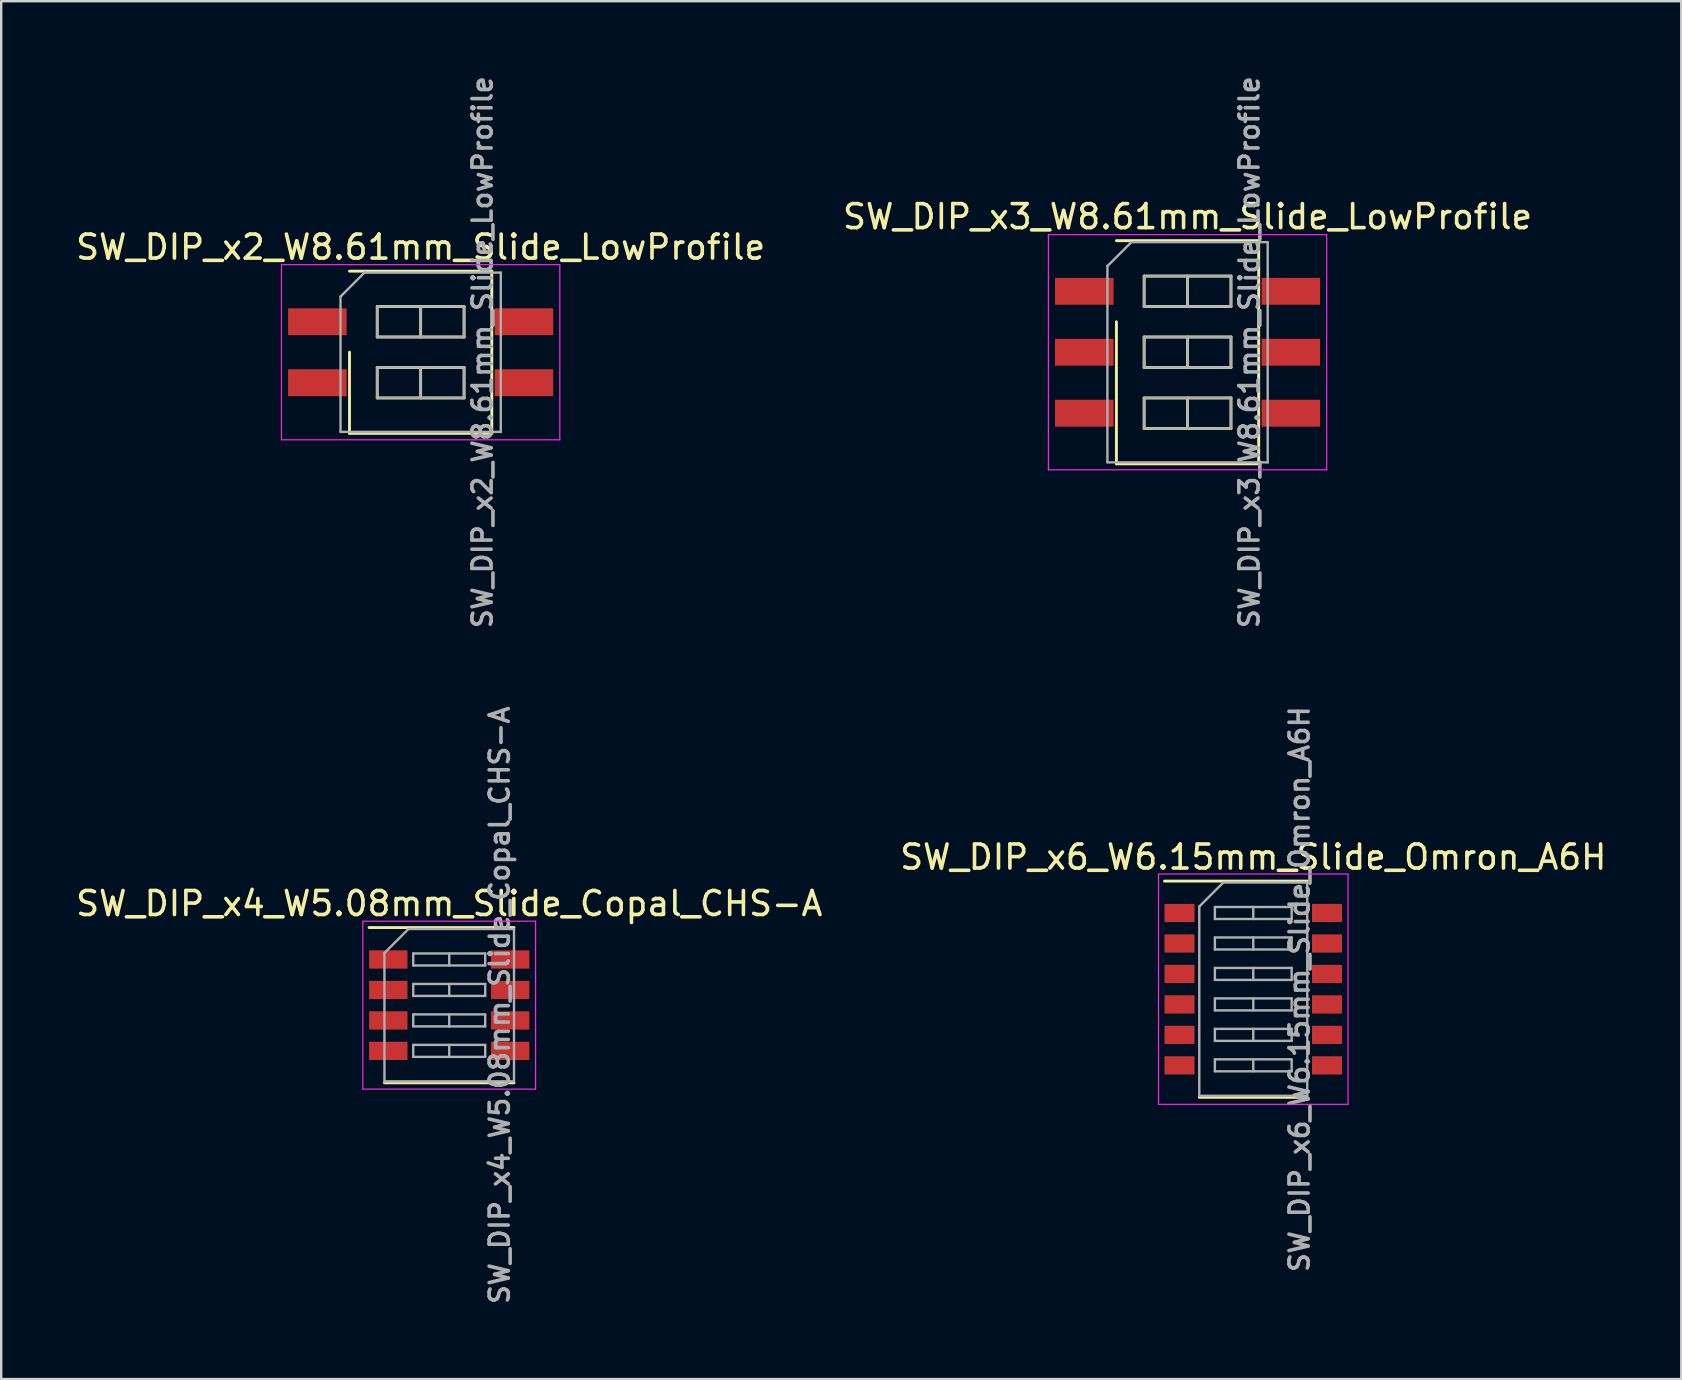
<source format=kicad_pcb>
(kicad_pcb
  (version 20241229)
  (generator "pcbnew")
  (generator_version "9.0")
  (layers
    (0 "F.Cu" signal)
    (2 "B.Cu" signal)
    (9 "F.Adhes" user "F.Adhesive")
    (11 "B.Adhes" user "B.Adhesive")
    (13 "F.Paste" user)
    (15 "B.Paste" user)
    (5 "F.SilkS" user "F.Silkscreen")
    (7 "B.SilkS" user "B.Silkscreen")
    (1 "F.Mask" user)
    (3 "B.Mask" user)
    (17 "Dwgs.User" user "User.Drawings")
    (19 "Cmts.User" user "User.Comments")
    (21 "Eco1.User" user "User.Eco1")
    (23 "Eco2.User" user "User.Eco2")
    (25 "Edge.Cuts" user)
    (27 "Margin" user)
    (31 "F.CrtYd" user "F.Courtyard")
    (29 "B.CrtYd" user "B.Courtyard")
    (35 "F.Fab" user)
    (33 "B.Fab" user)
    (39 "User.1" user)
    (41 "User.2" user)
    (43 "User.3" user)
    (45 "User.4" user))
  (footprint "SW_DIP_x2_W8.61mm_Slide_LowProfile"
    (layer "F.Cu")
    (at 14.482 11.631)
    (property "Reference" "SW_DIP_x2_W8.61mm_Slide_LowProfile" (at 0 -4.38 0) (layer "F.SilkS") (effects (font (size 1 1) (thickness 0.15))))
    (attr smd)
    (fp_line (start -2.965 -3.38) (end 2.965 -3.38) (stroke (width 0.12) (type solid)) (layer "F.SilkS"))
    (fp_line (start -2.965 3.38) (end -2.965 0) (stroke (width 0.12) (type solid)) (layer "F.SilkS"))
    (fp_line (start -1.81 -1.905) (end -1.81 -0.635) (stroke (width 0.12) (type solid)) (layer "F.SilkS"))
    (fp_line (start -1.81 -0.635) (end 1.81 -0.635) (stroke (width 0.12) (type solid)) (layer "F.SilkS"))
    (fp_line (start -1.81 0.635) (end -1.81 1.905) (stroke (width 0.12) (type solid)) (layer "F.SilkS"))
    (fp_line (start -1.81 1.905) (end 1.81 1.905) (stroke (width 0.12) (type solid)) (layer "F.SilkS"))
    (fp_line (start 0 -1.905) (end 0 -0.635) (stroke (width 0.12) (type solid)) (layer "F.SilkS"))
    (fp_line (start 0 0.635) (end 0 1.905) (stroke (width 0.12) (type solid)) (layer "F.SilkS"))
    (fp_line (start 1.81 -1.905) (end -1.81 -1.905) (stroke (width 0.12) (type solid)) (layer "F.SilkS"))
    (fp_line (start 1.81 -0.635) (end 1.81 -1.905) (stroke (width 0.12) (type solid)) (layer "F.SilkS"))
    (fp_line (start 1.81 0.635) (end -1.81 0.635) (stroke (width 0.12) (type solid)) (layer "F.SilkS"))
    (fp_line (start 1.81 1.905) (end 1.81 0.635) (stroke (width 0.12) (type solid)) (layer "F.SilkS"))
    (fp_line (start 2.965 -3.38) (end 2.965 3.38) (stroke (width 0.12) (type solid)) (layer "F.SilkS"))
    (fp_line (start 2.965 3.38) (end -2.965 3.38) (stroke (width 0.12) (type solid)) (layer "F.SilkS"))
    (fp_line (start -5.8 -3.65) (end -5.8 3.65) (stroke (width 0.05) (type solid)) (layer "F.CrtYd"))
    (fp_line (start -5.8 3.65) (end 5.8 3.65) (stroke (width 0.05) (type solid)) (layer "F.CrtYd"))
    (fp_line (start 5.8 -3.65) (end -5.8 -3.65) (stroke (width 0.05) (type solid)) (layer "F.CrtYd"))
    (fp_line (start 5.8 3.65) (end 5.8 -3.65) (stroke (width 0.05) (type solid)) (layer "F.CrtYd"))
    (fp_line (start -3.34 -2.32) (end -2.34 -3.32) (stroke (width 0.1) (type solid)) (layer "F.Fab"))
    (fp_line (start -3.34 3.32) (end -3.34 -2.32) (stroke (width 0.1) (type solid)) (layer "F.Fab"))
    (fp_line (start -2.34 -3.32) (end 3.34 -3.32) (stroke (width 0.1) (type solid)) (layer "F.Fab"))
    (fp_line (start -1.81 -1.905) (end -1.81 -0.635) (stroke (width 0.1) (type solid)) (layer "F.Fab"))
    (fp_line (start -1.81 -0.635) (end 1.81 -0.635) (stroke (width 0.1) (type solid)) (layer "F.Fab"))
    (fp_line (start -1.81 0.635) (end -1.81 1.905) (stroke (width 0.1) (type solid)) (layer "F.Fab"))
    (fp_line (start -1.81 1.905) (end 1.81 1.905) (stroke (width 0.1) (type solid)) (layer "F.Fab"))
    (fp_line (start 0 -1.905) (end 0 -0.635) (stroke (width 0.1) (type solid)) (layer "F.Fab"))
    (fp_line (start 0 0.635) (end 0 1.905) (stroke (width 0.1) (type solid)) (layer "F.Fab"))
    (fp_line (start 1.81 -1.905) (end -1.81 -1.905) (stroke (width 0.1) (type solid)) (layer "F.Fab"))
    (fp_line (start 1.81 -0.635) (end 1.81 -1.905) (stroke (width 0.1) (type solid)) (layer "F.Fab"))
    (fp_line (start 1.81 0.635) (end -1.81 0.635) (stroke (width 0.1) (type solid)) (layer "F.Fab"))
    (fp_line (start 1.81 1.905) (end 1.81 0.635) (stroke (width 0.1) (type solid)) (layer "F.Fab"))
    (fp_line (start 3.34 -3.32) (end 3.34 3.32) (stroke (width 0.1) (type solid)) (layer "F.Fab"))
    (fp_line (start 3.34 3.32) (end -3.34 3.32) (stroke (width 0.1) (type solid)) (layer "F.Fab"))
    (fp_text user "${REFERENCE}" (at 2.575 0 90) (layer "F.Fab") (effects (font (size 0.8 0.8) (thickness 0.15))))
    (pad "1" smd rect (at -4.305 -1.27) (size 2.44 1.12) (layers "F.Cu" "F.Mask" "F.Paste"))
    (pad "2" smd rect (at -4.305 1.27) (size 2.44 1.12) (layers "F.Cu" "F.Mask" "F.Paste"))
    (pad "3" smd rect (at 4.305 1.27) (size 2.44 1.12) (layers "F.Cu" "F.Mask" "F.Paste"))
    (pad "4" smd rect (at 4.305 -1.27) (size 2.44 1.12) (layers "F.Cu" "F.Mask" "F.Paste")))
  (footprint "SW_DIP_x4_W5.08mm_Slide_Copal_CHS-A"
    (layer "F.Cu")
    (at 15.673 38.845)
    (property "Reference" "SW_DIP_x4_W5.08mm_Slide_Copal_CHS-A" (at 0 -4.235 0) (layer "F.SilkS") (effects (font (size 1 1) (thickness 0.15))))
    (attr smd)
    (fp_line (start -3.34 -3.235) (end 2.7 -3.235) (stroke (width 0.12) (type solid)) (layer "F.SilkS"))
    (fp_line (start -2.7 3.235) (end 2.7 3.235) (stroke (width 0.12) (type solid)) (layer "F.SilkS"))
    (fp_line (start -3.6 -3.5) (end -3.6 3.5) (stroke (width 0.05) (type solid)) (layer "F.CrtYd"))
    (fp_line (start -3.6 3.5) (end 3.6 3.5) (stroke (width 0.05) (type solid)) (layer "F.CrtYd"))
    (fp_line (start 3.6 -3.5) (end -3.6 -3.5) (stroke (width 0.05) (type solid)) (layer "F.CrtYd"))
    (fp_line (start 3.6 3.5) (end 3.6 -3.5) (stroke (width 0.05) (type solid)) (layer "F.CrtYd"))
    (fp_line (start -2.7 -2.175) (end -1.7 -3.175) (stroke (width 0.1) (type solid)) (layer "F.Fab"))
    (fp_line (start -2.7 3.175) (end -2.7 -2.175) (stroke (width 0.1) (type solid)) (layer "F.Fab"))
    (fp_line (start -1.7 -3.175) (end 2.7 -3.175) (stroke (width 0.1) (type solid)) (layer "F.Fab"))
    (fp_line (start -1.5 -2.155) (end -1.5 -1.655) (stroke (width 0.1) (type solid)) (layer "F.Fab"))
    (fp_line (start -1.5 -1.655) (end 1.5 -1.655) (stroke (width 0.1) (type solid)) (layer "F.Fab"))
    (fp_line (start -1.5 -0.885) (end -1.5 -0.385) (stroke (width 0.1) (type solid)) (layer "F.Fab"))
    (fp_line (start -1.5 -0.385) (end 1.5 -0.385) (stroke (width 0.1) (type solid)) (layer "F.Fab"))
    (fp_line (start -1.5 0.385) (end -1.5 0.885) (stroke (width 0.1) (type solid)) (layer "F.Fab"))
    (fp_line (start -1.5 0.885) (end 1.5 0.885) (stroke (width 0.1) (type solid)) (layer "F.Fab"))
    (fp_line (start -1.5 1.655) (end -1.5 2.155) (stroke (width 0.1) (type solid)) (layer "F.Fab"))
    (fp_line (start -1.5 2.155) (end 1.5 2.155) (stroke (width 0.1) (type solid)) (layer "F.Fab"))
    (fp_line (start 0 -2.155) (end 0 -1.655) (stroke (width 0.1) (type solid)) (layer "F.Fab"))
    (fp_line (start 0 -0.885) (end 0 -0.385) (stroke (width 0.1) (type solid)) (layer "F.Fab"))
    (fp_line (start 0 0.385) (end 0 0.885) (stroke (width 0.1) (type solid)) (layer "F.Fab"))
    (fp_line (start 0 1.655) (end 0 2.155) (stroke (width 0.1) (type solid)) (layer "F.Fab"))
    (fp_line (start 1.5 -2.155) (end -1.5 -2.155) (stroke (width 0.1) (type solid)) (layer "F.Fab"))
    (fp_line (start 1.5 -1.655) (end 1.5 -2.155) (stroke (width 0.1) (type solid)) (layer "F.Fab"))
    (fp_line (start 1.5 -0.885) (end -1.5 -0.885) (stroke (width 0.1) (type solid)) (layer "F.Fab"))
    (fp_line (start 1.5 -0.385) (end 1.5 -0.885) (stroke (width 0.1) (type solid)) (layer "F.Fab"))
    (fp_line (start 1.5 0.385) (end -1.5 0.385) (stroke (width 0.1) (type solid)) (layer "F.Fab"))
    (fp_line (start 1.5 0.885) (end 1.5 0.385) (stroke (width 0.1) (type solid)) (layer "F.Fab"))
    (fp_line (start 1.5 1.655) (end -1.5 1.655) (stroke (width 0.1) (type solid)) (layer "F.Fab"))
    (fp_line (start 1.5 2.155) (end 1.5 1.655) (stroke (width 0.1) (type solid)) (layer "F.Fab"))
    (fp_line (start 2.7 -3.175) (end 2.7 3.175) (stroke (width 0.1) (type solid)) (layer "F.Fab"))
    (fp_line (start 2.7 3.175) (end -2.7 3.175) (stroke (width 0.1) (type solid)) (layer "F.Fab"))
    (fp_text user "${REFERENCE}" (at 2.1 0 90) (layer "F.Fab") (effects (font (size 0.8 0.8) (thickness 0.15))))
    (pad "1" smd rect (at -2.54 -1.905) (size 1.6 0.76) (layers "F.Cu" "F.Mask" "F.Paste"))
    (pad "2" smd rect (at -2.54 -0.635) (size 1.6 0.76) (layers "F.Cu" "F.Mask" "F.Paste"))
    (pad "3" smd rect (at -2.54 0.635) (size 1.6 0.76) (layers "F.Cu" "F.Mask" "F.Paste"))
    (pad "4" smd rect (at -2.54 1.905) (size 1.6 0.76) (layers "F.Cu" "F.Mask" "F.Paste"))
    (pad "5" smd rect (at 2.54 1.905) (size 1.6 0.76) (layers "F.Cu" "F.Mask" "F.Paste"))
    (pad "6" smd rect (at 2.54 0.635) (size 1.6 0.76) (layers "F.Cu" "F.Mask" "F.Paste"))
    (pad "7" smd rect (at 2.54 -0.635) (size 1.6 0.76) (layers "F.Cu" "F.Mask" "F.Paste"))
    (pad "8" smd rect (at 2.54 -1.905) (size 1.6 0.76) (layers "F.Cu" "F.Mask" "F.Paste")))
  (footprint "SW_DIP_x6_W6.15mm_Slide_Omron_A6H"
    (layer "F.Cu")
    (at 49.185 38.178)
    (property "Reference" "SW_DIP_x6_W6.15mm_Slide_Omron_A6H" (at 0 -5.505 0) (layer "F.SilkS") (effects (font (size 1 1) (thickness 0.15))))
    (attr smd)
    (fp_line (start -3.7 -4.505) (end 2.25 -4.505) (stroke (width 0.12) (type solid)) (layer "F.SilkS"))
    (fp_line (start -2.25 4.505) (end 2.25 4.505) (stroke (width 0.12) (type solid)) (layer "F.SilkS"))
    (fp_line (start -3.95 -4.8) (end -3.95 4.8) (stroke (width 0.05) (type solid)) (layer "F.CrtYd"))
    (fp_line (start -3.95 4.8) (end 3.95 4.8) (stroke (width 0.05) (type solid)) (layer "F.CrtYd"))
    (fp_line (start 3.95 -4.8) (end -3.95 -4.8) (stroke (width 0.05) (type solid)) (layer "F.CrtYd"))
    (fp_line (start 3.95 4.8) (end 3.95 -4.8) (stroke (width 0.05) (type solid)) (layer "F.CrtYd"))
    (fp_line (start -2.25 -3.445) (end -1.25 -4.445) (stroke (width 0.1) (type solid)) (layer "F.Fab"))
    (fp_line (start -2.25 4.445) (end -2.25 -3.445) (stroke (width 0.1) (type solid)) (layer "F.Fab"))
    (fp_line (start -1.6 -3.425) (end -1.6 -2.925) (stroke (width 0.1) (type solid)) (layer "F.Fab"))
    (fp_line (start -1.6 -2.925) (end 1.6 -2.925) (stroke (width 0.1) (type solid)) (layer "F.Fab"))
    (fp_line (start -1.6 -2.155) (end -1.6 -1.655) (stroke (width 0.1) (type solid)) (layer "F.Fab"))
    (fp_line (start -1.6 -1.655) (end 1.6 -1.655) (stroke (width 0.1) (type solid)) (layer "F.Fab"))
    (fp_line (start -1.6 -0.885) (end -1.6 -0.385) (stroke (width 0.1) (type solid)) (layer "F.Fab"))
    (fp_line (start -1.6 -0.385) (end 1.6 -0.385) (stroke (width 0.1) (type solid)) (layer "F.Fab"))
    (fp_line (start -1.6 0.385) (end -1.6 0.885) (stroke (width 0.1) (type solid)) (layer "F.Fab"))
    (fp_line (start -1.6 0.885) (end 1.6 0.885) (stroke (width 0.1) (type solid)) (layer "F.Fab"))
    (fp_line (start -1.6 1.655) (end -1.6 2.155) (stroke (width 0.1) (type solid)) (layer "F.Fab"))
    (fp_line (start -1.6 2.155) (end 1.6 2.155) (stroke (width 0.1) (type solid)) (layer "F.Fab"))
    (fp_line (start -1.6 2.925) (end -1.6 3.425) (stroke (width 0.1) (type solid)) (layer "F.Fab"))
    (fp_line (start -1.6 3.425) (end 1.6 3.425) (stroke (width 0.1) (type solid)) (layer "F.Fab"))
    (fp_line (start -1.25 -4.445) (end 2.25 -4.445) (stroke (width 0.1) (type solid)) (layer "F.Fab"))
    (fp_line (start 0 -3.425) (end 0 -2.925) (stroke (width 0.1) (type solid)) (layer "F.Fab"))
    (fp_line (start 0 -2.155) (end 0 -1.655) (stroke (width 0.1) (type solid)) (layer "F.Fab"))
    (fp_line (start 0 -0.885) (end 0 -0.385) (stroke (width 0.1) (type solid)) (layer "F.Fab"))
    (fp_line (start 0 0.385) (end 0 0.885) (stroke (width 0.1) (type solid)) (layer "F.Fab"))
    (fp_line (start 0 1.655) (end 0 2.155) (stroke (width 0.1) (type solid)) (layer "F.Fab"))
    (fp_line (start 0 2.925) (end 0 3.425) (stroke (width 0.1) (type solid)) (layer "F.Fab"))
    (fp_line (start 1.6 -3.425) (end -1.6 -3.425) (stroke (width 0.1) (type solid)) (layer "F.Fab"))
    (fp_line (start 1.6 -2.925) (end 1.6 -3.425) (stroke (width 0.1) (type solid)) (layer "F.Fab"))
    (fp_line (start 1.6 -2.155) (end -1.6 -2.155) (stroke (width 0.1) (type solid)) (layer "F.Fab"))
    (fp_line (start 1.6 -1.655) (end 1.6 -2.155) (stroke (width 0.1) (type solid)) (layer "F.Fab"))
    (fp_line (start 1.6 -0.885) (end -1.6 -0.885) (stroke (width 0.1) (type solid)) (layer "F.Fab"))
    (fp_line (start 1.6 -0.385) (end 1.6 -0.885) (stroke (width 0.1) (type solid)) (layer "F.Fab"))
    (fp_line (start 1.6 0.385) (end -1.6 0.385) (stroke (width 0.1) (type solid)) (layer "F.Fab"))
    (fp_line (start 1.6 0.885) (end 1.6 0.385) (stroke (width 0.1) (type solid)) (layer "F.Fab"))
    (fp_line (start 1.6 1.655) (end -1.6 1.655) (stroke (width 0.1) (type solid)) (layer "F.Fab"))
    (fp_line (start 1.6 2.155) (end 1.6 1.655) (stroke (width 0.1) (type solid)) (layer "F.Fab"))
    (fp_line (start 1.6 2.925) (end -1.6 2.925) (stroke (width 0.1) (type solid)) (layer "F.Fab"))
    (fp_line (start 1.6 3.425) (end 1.6 2.925) (stroke (width 0.1) (type solid)) (layer "F.Fab"))
    (fp_line (start 2.25 -4.445) (end 2.25 4.445) (stroke (width 0.1) (type solid)) (layer "F.Fab"))
    (fp_line (start 2.25 4.445) (end -2.25 4.445) (stroke (width 0.1) (type solid)) (layer "F.Fab"))
    (fp_text user "${REFERENCE}" (at 1.925 0 90) (layer "F.Fab") (effects (font (size 0.8 0.8) (thickness 0.15))))
    (pad "1" smd rect (at -3.075 -3.175) (size 1.25 0.76) (layers "F.Cu" "F.Mask" "F.Paste"))
    (pad "2" smd rect (at -3.075 -1.905) (size 1.25 0.76) (layers "F.Cu" "F.Mask" "F.Paste"))
    (pad "3" smd rect (at -3.075 -0.635) (size 1.25 0.76) (layers "F.Cu" "F.Mask" "F.Paste"))
    (pad "4" smd rect (at -3.075 0.635) (size 1.25 0.76) (layers "F.Cu" "F.Mask" "F.Paste"))
    (pad "5" smd rect (at -3.075 1.905) (size 1.25 0.76) (layers "F.Cu" "F.Mask" "F.Paste"))
    (pad "6" smd rect (at -3.075 3.175) (size 1.25 0.76) (layers "F.Cu" "F.Mask" "F.Paste"))
    (pad "7" smd rect (at 3.075 3.175) (size 1.25 0.76) (layers "F.Cu" "F.Mask" "F.Paste"))
    (pad "8" smd rect (at 3.075 1.905) (size 1.25 0.76) (layers "F.Cu" "F.Mask" "F.Paste"))
    (pad "9" smd rect (at 3.075 0.635) (size 1.25 0.76) (layers "F.Cu" "F.Mask" "F.Paste"))
    (pad "10" smd rect (at 3.075 -0.635) (size 1.25 0.76) (layers "F.Cu" "F.Mask" "F.Paste"))
    (pad "11" smd rect (at 3.075 -1.905) (size 1.25 0.76) (layers "F.Cu" "F.Mask" "F.Paste"))
    (pad "12" smd rect (at 3.075 -3.175) (size 1.25 0.76) (layers "F.Cu" "F.Mask" "F.Paste")))
  (footprint "SW_DIP_x3_W8.61mm_Slide_LowProfile"
    (layer "F.Cu")
    (at 46.446 11.631)
    (property "Reference" "SW_DIP_x3_W8.61mm_Slide_LowProfile" (at 0 -5.65 0) (layer "F.SilkS") (effects (font (size 1 1) (thickness 0.15))))
    (attr smd)
    (fp_line (start -2.965 -4.65) (end 2.965 -4.65) (stroke (width 0.12) (type solid)) (layer "F.SilkS"))
    (fp_line (start -2.965 4.65) (end -2.965 -1.27) (stroke (width 0.12) (type solid)) (layer "F.SilkS"))
    (fp_line (start -1.81 -3.175) (end -1.81 -1.905) (stroke (width 0.12) (type solid)) (layer "F.SilkS"))
    (fp_line (start -1.81 -1.905) (end 1.81 -1.905) (stroke (width 0.12) (type solid)) (layer "F.SilkS"))
    (fp_line (start -1.81 -0.635) (end -1.81 0.635) (stroke (width 0.12) (type solid)) (layer "F.SilkS"))
    (fp_line (start -1.81 0.635) (end 1.81 0.635) (stroke (width 0.12) (type solid)) (layer "F.SilkS"))
    (fp_line (start -1.81 1.905) (end -1.81 3.175) (stroke (width 0.12) (type solid)) (layer "F.SilkS"))
    (fp_line (start -1.81 3.175) (end 1.81 3.175) (stroke (width 0.12) (type solid)) (layer "F.SilkS"))
    (fp_line (start 0 -3.175) (end 0 -1.905) (stroke (width 0.12) (type solid)) (layer "F.SilkS"))
    (fp_line (start 0 -0.635) (end 0 0.635) (stroke (width 0.12) (type solid)) (layer "F.SilkS"))
    (fp_line (start 0 1.905) (end 0 3.175) (stroke (width 0.12) (type solid)) (layer "F.SilkS"))
    (fp_line (start 1.81 -3.175) (end -1.81 -3.175) (stroke (width 0.12) (type solid)) (layer "F.SilkS"))
    (fp_line (start 1.81 -1.905) (end 1.81 -3.175) (stroke (width 0.12) (type solid)) (layer "F.SilkS"))
    (fp_line (start 1.81 -0.635) (end -1.81 -0.635) (stroke (width 0.12) (type solid)) (layer "F.SilkS"))
    (fp_line (start 1.81 0.635) (end 1.81 -0.635) (stroke (width 0.12) (type solid)) (layer "F.SilkS"))
    (fp_line (start 1.81 1.905) (end -1.81 1.905) (stroke (width 0.12) (type solid)) (layer "F.SilkS"))
    (fp_line (start 1.81 3.175) (end 1.81 1.905) (stroke (width 0.12) (type solid)) (layer "F.SilkS"))
    (fp_line (start 2.965 -4.65) (end 2.965 4.65) (stroke (width 0.12) (type solid)) (layer "F.SilkS"))
    (fp_line (start 2.965 4.65) (end -2.965 4.65) (stroke (width 0.12) (type solid)) (layer "F.SilkS"))
    (fp_line (start -5.8 -4.9) (end -5.8 4.9) (stroke (width 0.05) (type solid)) (layer "F.CrtYd"))
    (fp_line (start -5.8 4.9) (end 5.8 4.9) (stroke (width 0.05) (type solid)) (layer "F.CrtYd"))
    (fp_line (start 5.8 -4.9) (end -5.8 -4.9) (stroke (width 0.05) (type solid)) (layer "F.CrtYd"))
    (fp_line (start 5.8 4.9) (end 5.8 -4.9) (stroke (width 0.05) (type solid)) (layer "F.CrtYd"))
    (fp_line (start -3.34 -3.59) (end -2.34 -4.59) (stroke (width 0.1) (type solid)) (layer "F.Fab"))
    (fp_line (start -3.34 4.59) (end -3.34 -3.59) (stroke (width 0.1) (type solid)) (layer "F.Fab"))
    (fp_line (start -2.34 -4.59) (end 3.34 -4.59) (stroke (width 0.1) (type solid)) (layer "F.Fab"))
    (fp_line (start -1.81 -3.175) (end -1.81 -1.905) (stroke (width 0.1) (type solid)) (layer "F.Fab"))
    (fp_line (start -1.81 -1.905) (end 1.81 -1.905) (stroke (width 0.1) (type solid)) (layer "F.Fab"))
    (fp_line (start -1.81 -0.635) (end -1.81 0.635) (stroke (width 0.1) (type solid)) (layer "F.Fab"))
    (fp_line (start -1.81 0.635) (end 1.81 0.635) (stroke (width 0.1) (type solid)) (layer "F.Fab"))
    (fp_line (start -1.81 1.905) (end -1.81 3.175) (stroke (width 0.1) (type solid)) (layer "F.Fab"))
    (fp_line (start -1.81 3.175) (end 1.81 3.175) (stroke (width 0.1) (type solid)) (layer "F.Fab"))
    (fp_line (start 0 -3.175) (end 0 -1.905) (stroke (width 0.1) (type solid)) (layer "F.Fab"))
    (fp_line (start 0 -0.635) (end 0 0.635) (stroke (width 0.1) (type solid)) (layer "F.Fab"))
    (fp_line (start 0 1.905) (end 0 3.175) (stroke (width 0.1) (type solid)) (layer "F.Fab"))
    (fp_line (start 1.81 -3.175) (end -1.81 -3.175) (stroke (width 0.1) (type solid)) (layer "F.Fab"))
    (fp_line (start 1.81 -1.905) (end 1.81 -3.175) (stroke (width 0.1) (type solid)) (layer "F.Fab"))
    (fp_line (start 1.81 -0.635) (end -1.81 -0.635) (stroke (width 0.1) (type solid)) (layer "F.Fab"))
    (fp_line (start 1.81 0.635) (end 1.81 -0.635) (stroke (width 0.1) (type solid)) (layer "F.Fab"))
    (fp_line (start 1.81 1.905) (end -1.81 1.905) (stroke (width 0.1) (type solid)) (layer "F.Fab"))
    (fp_line (start 1.81 3.175) (end 1.81 1.905) (stroke (width 0.1) (type solid)) (layer "F.Fab"))
    (fp_line (start 3.34 -4.59) (end 3.34 4.59) (stroke (width 0.1) (type solid)) (layer "F.Fab"))
    (fp_line (start 3.34 4.59) (end -3.34 4.59) (stroke (width 0.1) (type solid)) (layer "F.Fab"))
    (fp_text user "${REFERENCE}" (at 2.575 0 90) (layer "F.Fab") (effects (font (size 0.8 0.8) (thickness 0.15))))
    (pad "1" smd rect (at -4.305 -2.54) (size 2.44 1.12) (layers "F.Cu" "F.Mask" "F.Paste"))
    (pad "2" smd rect (at -4.305 0) (size 2.44 1.12) (layers "F.Cu" "F.Mask" "F.Paste"))
    (pad "3" smd rect (at -4.305 2.54) (size 2.44 1.12) (layers "F.Cu" "F.Mask" "F.Paste"))
    (pad "4" smd rect (at 4.305 2.54) (size 2.44 1.12) (layers "F.Cu" "F.Mask" "F.Paste"))
    (pad "5" smd rect (at 4.305 0) (size 2.44 1.12) (layers "F.Cu" "F.Mask" "F.Paste"))
    (pad "6" smd rect (at 4.305 -2.54) (size 2.44 1.12) (layers "F.Cu" "F.Mask" "F.Paste")))
  (gr_rect
    (start -3 -3)
    (end 67.024 54.428)
    (stroke (width 0.1) (type default))
    (fill no)
    (layer "Edge.Cuts")))
</source>
